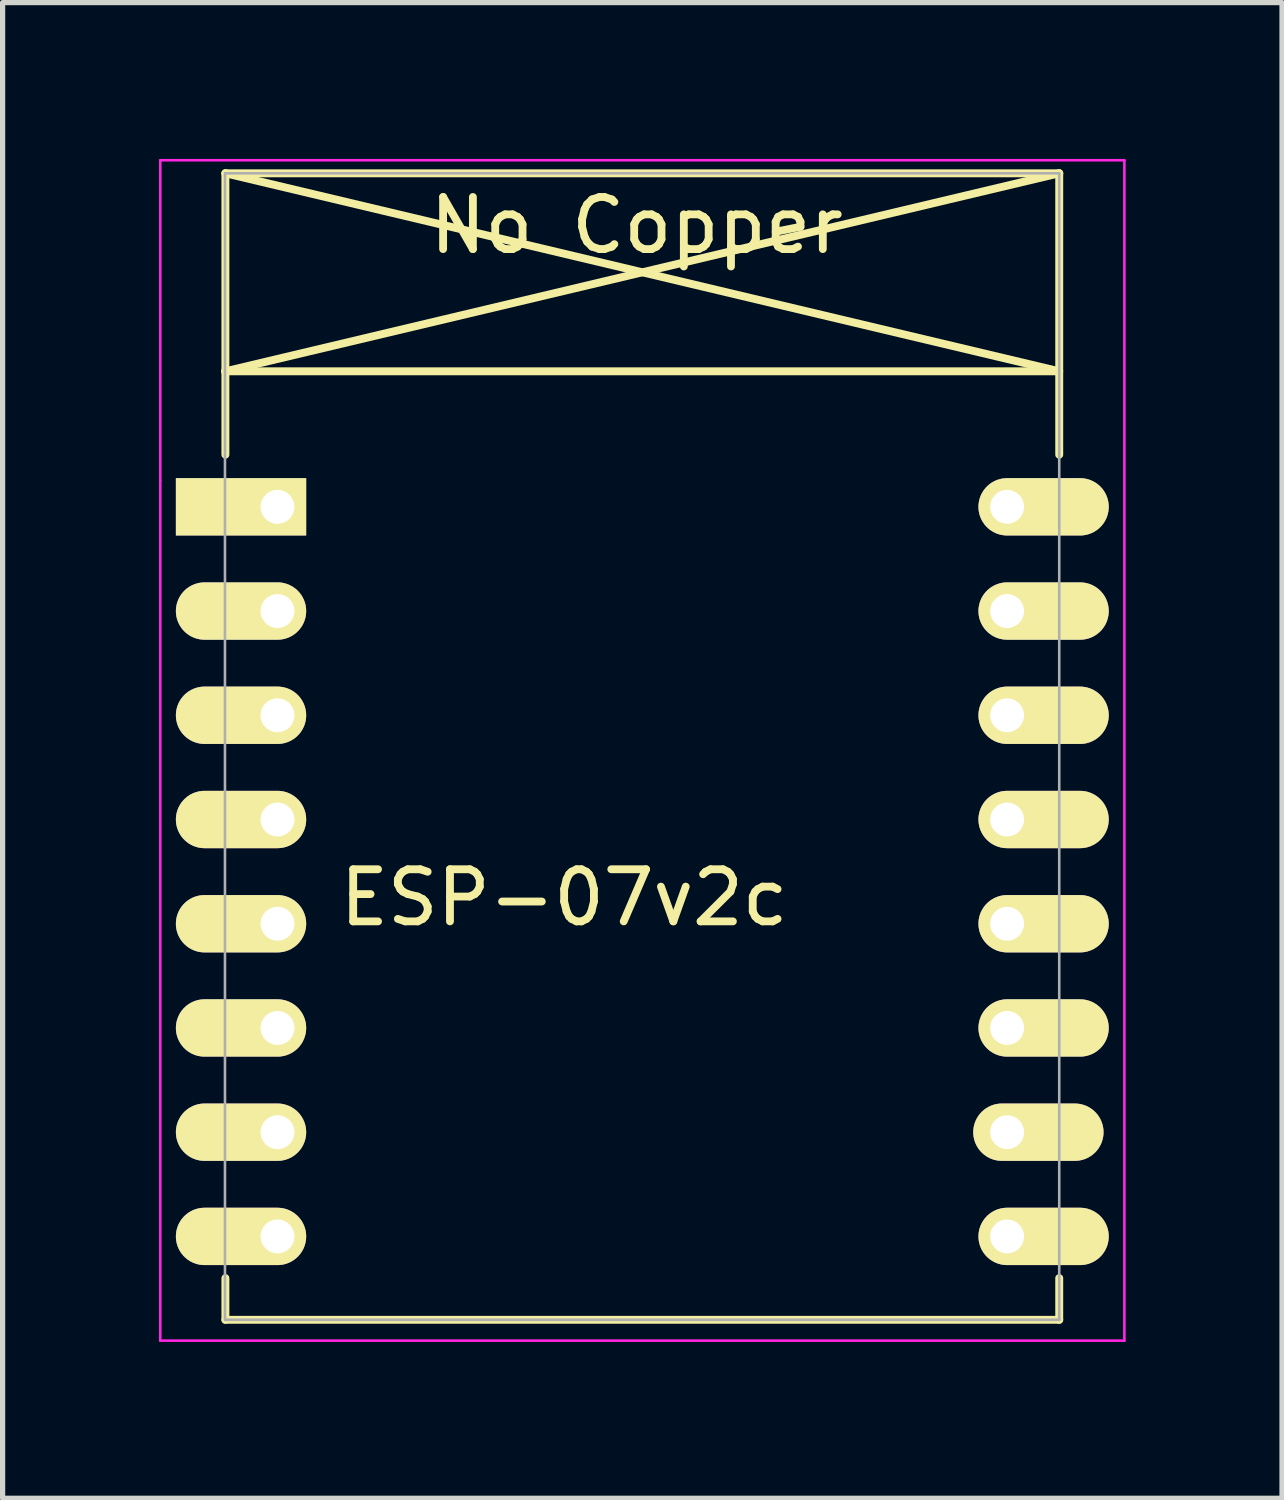
<source format=kicad_pcb>
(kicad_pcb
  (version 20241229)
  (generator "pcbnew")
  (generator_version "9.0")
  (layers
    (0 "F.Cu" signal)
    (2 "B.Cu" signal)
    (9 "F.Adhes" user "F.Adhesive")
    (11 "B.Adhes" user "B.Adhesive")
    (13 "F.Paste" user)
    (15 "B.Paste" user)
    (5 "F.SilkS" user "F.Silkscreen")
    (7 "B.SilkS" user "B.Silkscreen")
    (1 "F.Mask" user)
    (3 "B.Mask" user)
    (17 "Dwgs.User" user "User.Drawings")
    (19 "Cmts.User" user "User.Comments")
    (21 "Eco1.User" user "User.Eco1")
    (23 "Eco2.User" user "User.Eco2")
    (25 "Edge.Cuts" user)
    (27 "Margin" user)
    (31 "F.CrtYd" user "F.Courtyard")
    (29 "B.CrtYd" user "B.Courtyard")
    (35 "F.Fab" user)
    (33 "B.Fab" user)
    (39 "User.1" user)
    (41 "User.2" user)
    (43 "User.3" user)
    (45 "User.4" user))
  (footprint "ESP-07v2c"
    (layer "F.Cu")
    (at 2.275 6.675)
    (property "Reference" "ESP-07v2c" (at 5.5 7.5 0) (layer "F.SilkS") (effects (font (size 1 1) (thickness 0.15))))
    (attr through_hole)
    (fp_line (start -1.008 -2.6) (end 14.992 -2.6) (stroke (width 0.152) (type solid)) (layer "F.SilkS"))
    (fp_line (start -1 -6.4) (end -1 -1) (stroke (width 0.152) (type solid)) (layer "F.SilkS"))
    (fp_line (start -1 -6.4) (end 15 -6.4) (stroke (width 0.152) (type solid)) (layer "F.SilkS"))
    (fp_line (start -1 -6.4) (end 15 -2.6) (stroke (width 0.152) (type solid)) (layer "F.SilkS"))
    (fp_line (start -1 14.8) (end -1 15.6) (stroke (width 0.152) (type solid)) (layer "F.SilkS"))
    (fp_line (start -1 15.6) (end 15 15.6) (stroke (width 0.152) (type solid)) (layer "F.SilkS"))
    (fp_line (start 15 -6.4) (end -1 -2.6) (stroke (width 0.152) (type solid)) (layer "F.SilkS"))
    (fp_line (start 15 -6.4) (end 15 -1) (stroke (width 0.152) (type solid)) (layer "F.SilkS"))
    (fp_line (start 15 15.6) (end 15 14.8) (stroke (width 0.152) (type solid)) (layer "F.SilkS"))
    (fp_line (start -2.25 -6.65) (end 16.25 -6.65) (stroke (width 0.05) (type solid)) (layer "F.CrtYd"))
    (fp_line (start -2.25 -0.5) (end -2.25 -6.65) (stroke (width 0.05) (type solid)) (layer "F.CrtYd"))
    (fp_line (start -2.25 16) (end -2.25 -0.5) (stroke (width 0.05) (type solid)) (layer "F.CrtYd"))
    (fp_line (start 16.25 -6.65) (end 16.25 16) (stroke (width 0.05) (type solid)) (layer "F.CrtYd"))
    (fp_line (start 16.25 16) (end -2.25 16) (stroke (width 0.05) (type solid)) (layer "F.CrtYd"))
    (fp_line (start -1.008 15.6) (end -1.008 -6.4) (stroke (width 0.05) (type solid)) (layer "F.Fab"))
    (fp_line (start -1 -6.4) (end 15 -6.4) (stroke (width 0.05) (type solid)) (layer "F.Fab"))
    (fp_line (start 15 -6.4) (end 15 15.6) (stroke (width 0.05) (type solid)) (layer "F.Fab"))
    (fp_line (start 15 15.6) (end -1 15.6) (stroke (width 0.05) (type solid)) (layer "F.Fab"))
    (fp_text user "No Copper" (at 6.892 -5.4 0) (layer "F.SilkS") (effects (font (size 1 1) (thickness 0.15))))
    (pad "1" thru_hole rect (at 0 0) (size 2.5 1.1) (drill 0.65 (offset -0.7 0)) (layers "*.Cu" "*.Mask" "F.SilkS" "F.Paste"))
    (pad "2" thru_hole oval (at 0 2) (size 2.5 1.1) (drill 0.65 (offset -0.7 0)) (layers "*.Cu" "*.Mask" "F.SilkS" "F.Paste"))
    (pad "3" thru_hole oval (at 0 4) (size 2.5 1.1) (drill 0.65 (offset -0.7 0)) (layers "*.Cu" "*.Mask" "F.SilkS" "F.Paste"))
    (pad "4" thru_hole oval (at 0 6) (size 2.5 1.1) (drill 0.65 (offset -0.7 0)) (layers "*.Cu" "*.Mask" "F.SilkS" "F.Paste"))
    (pad "5" thru_hole oval (at 0 8) (size 2.5 1.1) (drill 0.65 (offset -0.7 0)) (layers "*.Cu" "*.Mask" "F.SilkS" "F.Paste"))
    (pad "6" thru_hole oval (at 0 10) (size 2.5 1.1) (drill 0.65 (offset -0.7 0)) (layers "*.Cu" "*.Mask" "F.SilkS" "F.Paste"))
    (pad "7" thru_hole oval (at 0 12) (size 2.5 1.1) (drill 0.65 (offset -0.7 0)) (layers "*.Cu" "*.Mask" "F.SilkS" "F.Paste"))
    (pad "8" thru_hole oval (at 0 14) (size 2.5 1.1) (drill 0.65 (offset -0.7 0)) (layers "*.Cu" "*.Mask" "F.SilkS" "F.Paste"))
    (pad "9" thru_hole oval (at 14 14) (size 2.5 1.1) (drill 0.65 (offset 0.7 0)) (layers "*.Cu" "*.Mask" "F.SilkS" "F.Paste"))
    (pad "10" thru_hole oval (at 14 12) (size 2.5 1.1) (drill 0.65 (offset 0.6 0)) (layers "*.Cu" "*.Mask" "F.SilkS" "F.Paste"))
    (pad "11" thru_hole oval (at 14 10) (size 2.5 1.1) (drill 0.65 (offset 0.7 0)) (layers "*.Cu" "*.Mask" "F.SilkS" "F.Paste"))
    (pad "12" thru_hole oval (at 14 8) (size 2.5 1.1) (drill 0.65 (offset 0.7 0)) (layers "*.Cu" "*.Mask" "F.SilkS" "F.Paste"))
    (pad "13" thru_hole oval (at 14 6) (size 2.5 1.1) (drill 0.65 (offset 0.7 0)) (layers "*.Cu" "*.Mask" "F.SilkS" "F.Paste"))
    (pad "14" thru_hole oval (at 14 4) (size 2.5 1.1) (drill 0.65 (offset 0.7 0)) (layers "*.Cu" "*.Mask" "F.SilkS" "F.Paste"))
    (pad "15" thru_hole oval (at 14 2) (size 2.5 1.1) (drill 0.65 (offset 0.7 0)) (layers "*.Cu" "*.Mask" "F.SilkS" "F.Paste"))
    (pad "16" thru_hole oval (at 14 0) (size 2.5 1.1) (drill 0.65 (offset 0.7 0)) (layers "*.Cu" "*.Mask" "F.SilkS" "F.Paste")))
  (gr_rect
    (start -3 -3)
    (end 21.55 25.7)
    (stroke (width 0.1) (type default))
    (fill no)
    (layer "Edge.Cuts")))
</source>
